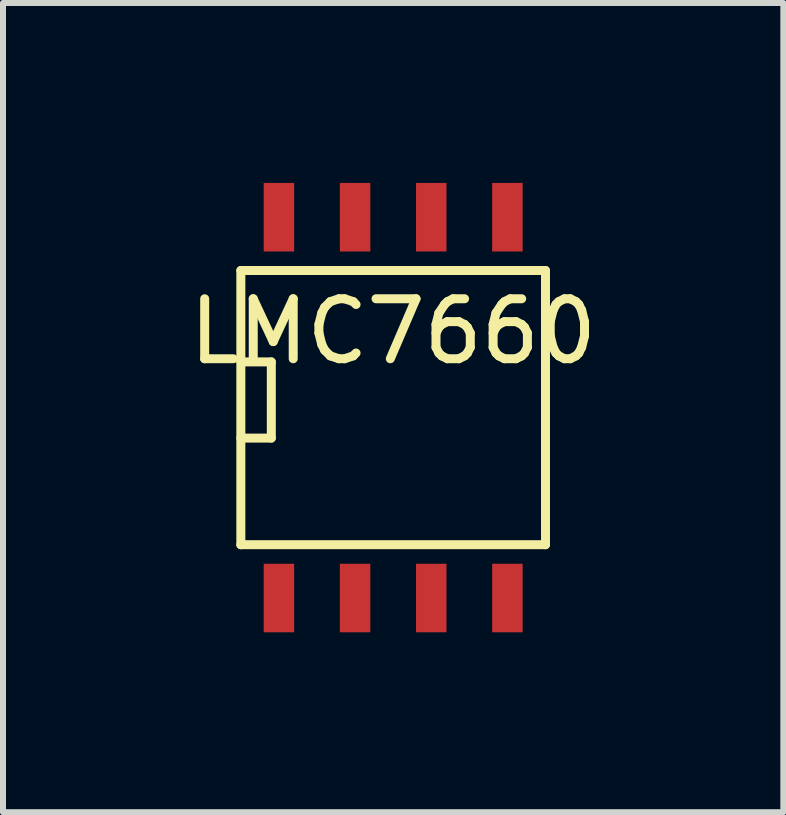
<source format=kicad_pcb>
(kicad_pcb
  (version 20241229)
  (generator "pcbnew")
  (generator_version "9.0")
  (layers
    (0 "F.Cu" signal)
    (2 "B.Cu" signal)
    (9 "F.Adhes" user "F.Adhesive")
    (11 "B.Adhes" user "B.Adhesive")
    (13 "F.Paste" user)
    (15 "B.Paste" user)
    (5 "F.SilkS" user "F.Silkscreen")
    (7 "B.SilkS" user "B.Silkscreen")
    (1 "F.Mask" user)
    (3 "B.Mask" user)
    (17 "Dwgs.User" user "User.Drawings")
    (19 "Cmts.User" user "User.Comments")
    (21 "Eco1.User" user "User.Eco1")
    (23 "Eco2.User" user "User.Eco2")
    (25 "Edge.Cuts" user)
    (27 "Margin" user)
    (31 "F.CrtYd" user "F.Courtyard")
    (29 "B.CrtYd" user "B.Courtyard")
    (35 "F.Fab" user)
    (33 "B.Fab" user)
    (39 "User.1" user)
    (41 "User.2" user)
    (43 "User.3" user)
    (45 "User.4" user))
  (footprint "LMC7660"
    (layer "F.Cu")
    (at 3.506 3.747)
    (property "Reference" "LMC7660" (at 0 -1.27 0) (layer "F.SilkS") (effects (font (size 1 1) (thickness 0.15))))
    (attr smd)
    (fp_line (start -2.54 -2.286) (end 2.54 -2.286) (stroke (width 0.15) (type solid)) (layer "F.SilkS"))
    (fp_line (start -2.54 -0.762) (end -2.032 -0.762) (stroke (width 0.15) (type solid)) (layer "F.SilkS"))
    (fp_line (start -2.54 2.286) (end -2.54 -2.286) (stroke (width 0.15) (type solid)) (layer "F.SilkS"))
    (fp_line (start -2.032 -0.762) (end -2.032 0.508) (stroke (width 0.15) (type solid)) (layer "F.SilkS"))
    (fp_line (start -2.032 0.508) (end -2.54 0.508) (stroke (width 0.15) (type solid)) (layer "F.SilkS"))
    (fp_line (start 2.54 -2.286) (end 2.54 2.286) (stroke (width 0.15) (type solid)) (layer "F.SilkS"))
    (fp_line (start 2.54 2.286) (end -2.54 2.286) (stroke (width 0.15) (type solid)) (layer "F.SilkS"))
    (pad "1" smd rect (at -1.905 3.175) (size 0.508 1.143) (layers "F.Cu" "F.Mask" "F.Paste"))
    (pad "2" smd rect (at -0.635 3.175) (size 0.508 1.143) (layers "F.Cu" "F.Mask" "F.Paste"))
    (pad "3" smd rect (at 0.635 3.175) (size 0.508 1.143) (layers "F.Cu" "F.Mask" "F.Paste"))
    (pad "4" smd rect (at 1.905 3.175) (size 0.508 1.143) (layers "F.Cu" "F.Mask" "F.Paste"))
    (pad "5" smd rect (at 1.905 -3.175) (size 0.508 1.143) (layers "F.Cu" "F.Mask" "F.Paste"))
    (pad "6" smd rect (at 0.635 -3.175) (size 0.508 1.143) (layers "F.Cu" "F.Mask" "F.Paste"))
    (pad "7" smd rect (at -0.635 -3.175) (size 0.508 1.143) (layers "F.Cu" "F.Mask" "F.Paste"))
    (pad "8" smd rect (at -1.905 -3.175) (size 0.508 1.143) (layers "F.Cu" "F.Mask" "F.Paste")))
  (gr_rect
    (start -3 -3)
    (end 10.012 10.493)
    (stroke (width 0.1) (type default))
    (fill no)
    (layer "Edge.Cuts")))
</source>
